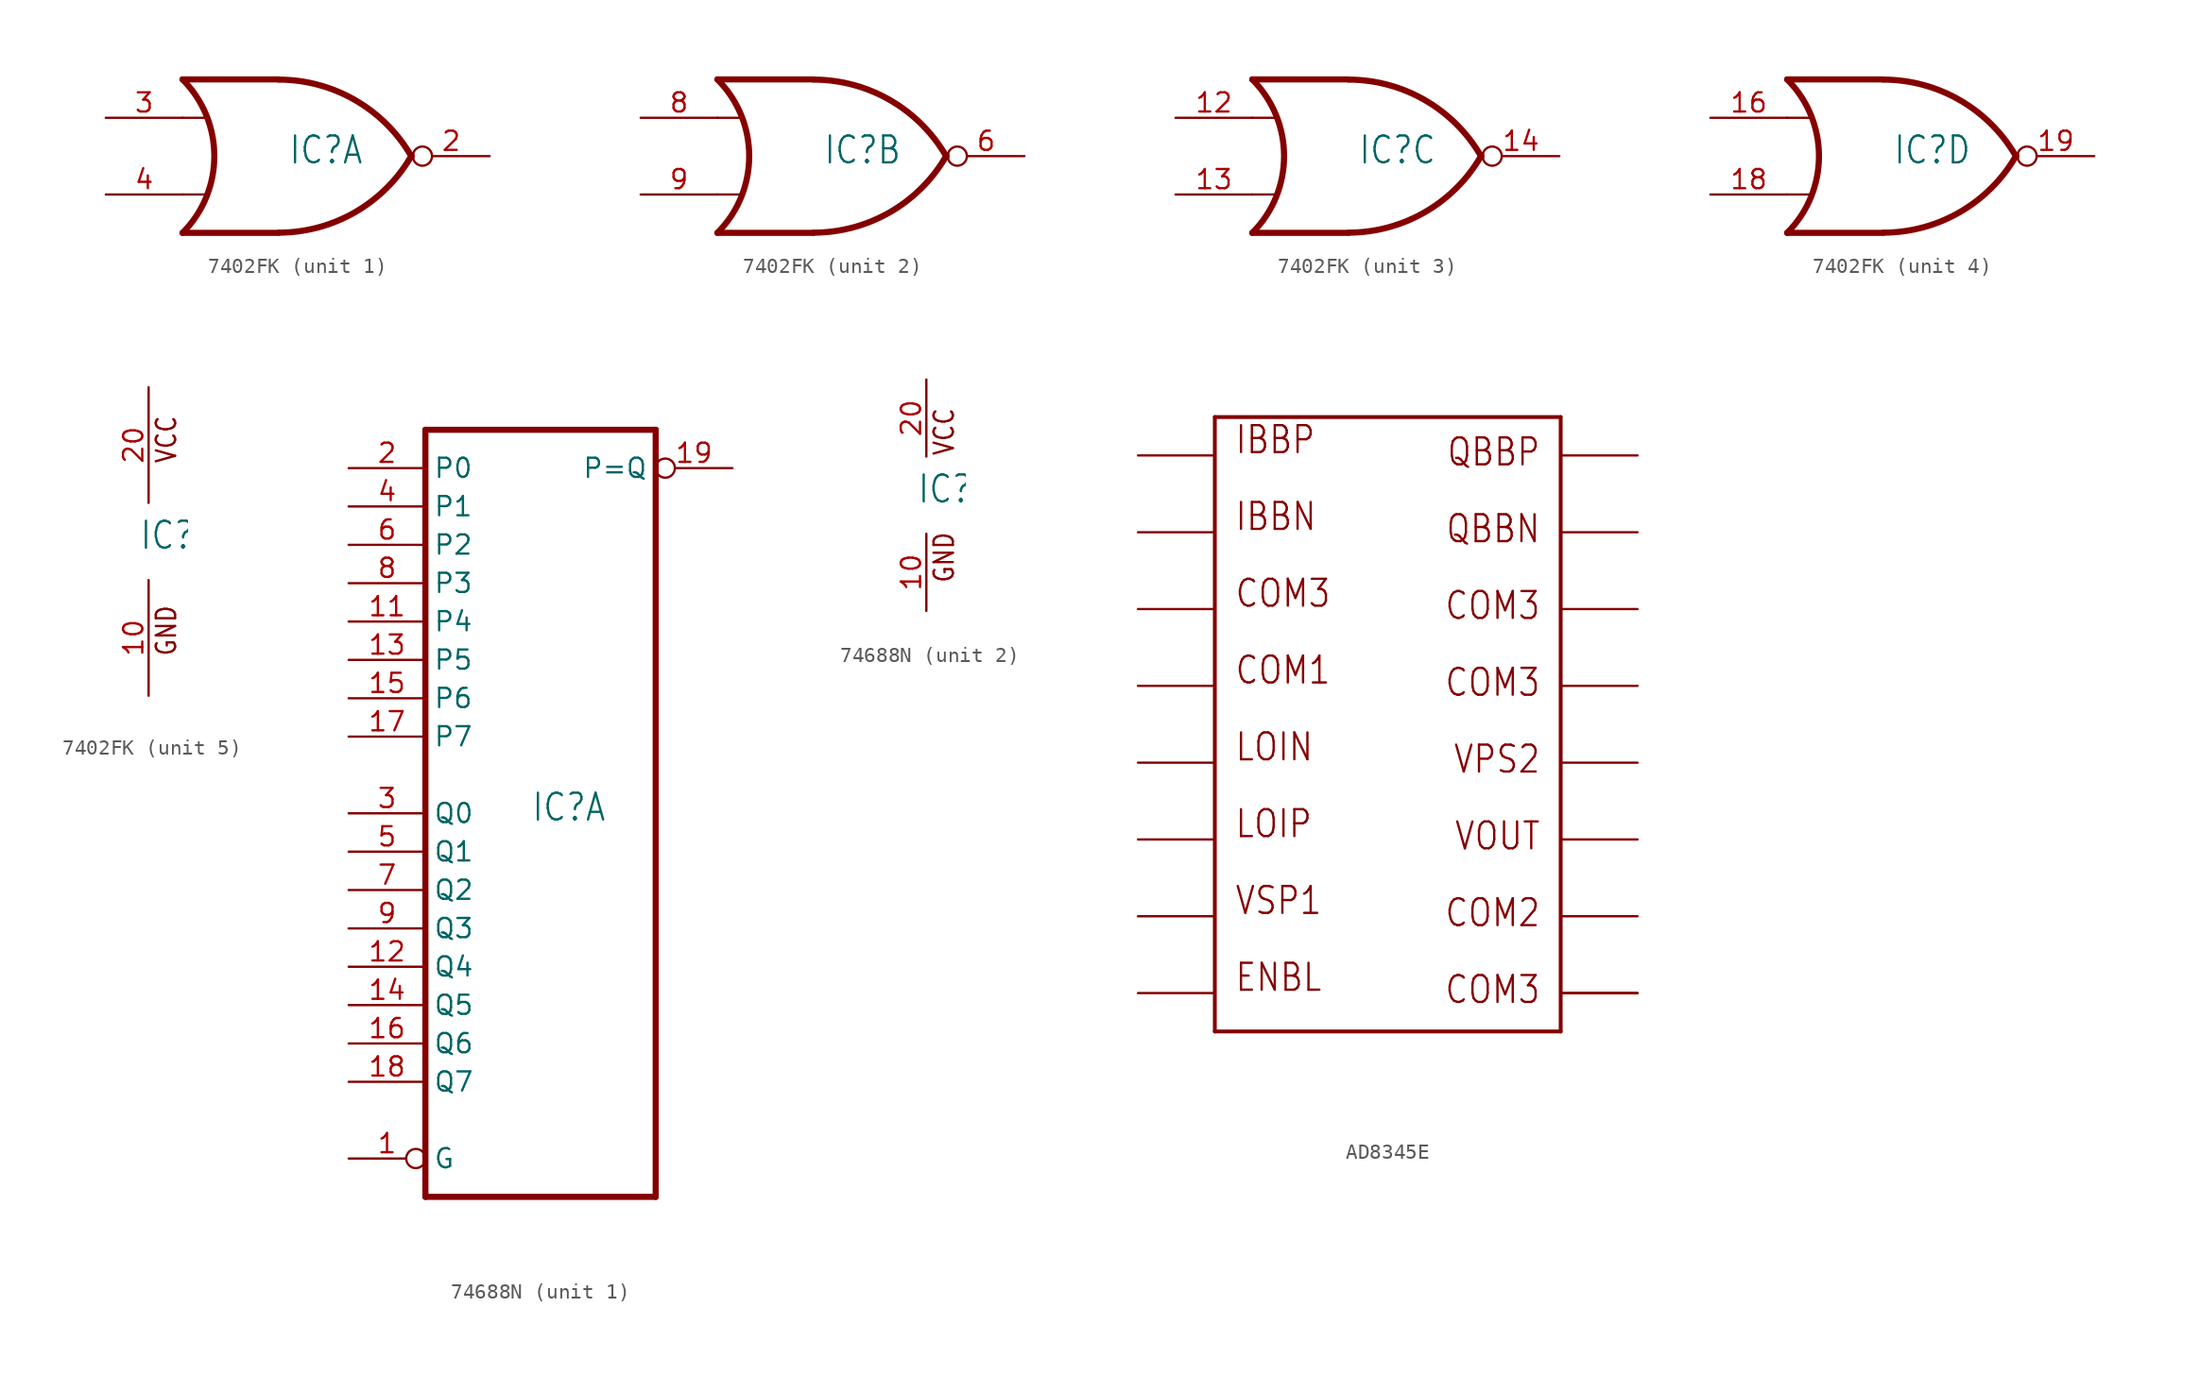
<source format=kicad_sym>
(kicad_symbol_lib
  (version 20231120)
  (generator "kicad_symbol_editor")
  (generator_version "8.0")
  (symbol "7402FK"
    (property "Reference" "IC"
      (at -0.635 -0.635 0)
      (effects (font (size 1.778 1.511)) (justify left bottom)))
    (property "ki_locked" ""
      (at 0 0 0)
      (effects (font (size 1.27 1.27))))
    (symbol "7402FK_1_0"
      (arc (start -7.62 -5.08) (mid -5.5158 0) (end -7.62 5.08) (stroke (width 0.4064) (type solid)) (fill (type none)))
      (arc (start -1.2446 -5.0678) (mid 3.8371 -3.6891) (end 7.5439 0.0506) (stroke (width 0.4064) (type solid)) (fill (type none)))
      (polyline (pts (xy -7.62 -2.54) (xy -6.096 -2.54)) (stroke (width 0.152) (type solid)) (fill (type none)))
      (polyline (pts (xy -7.62 2.54) (xy -6.096 2.54)) (stroke (width 0.152) (type solid)) (fill (type none)))
      (polyline (pts (xy -1.27 -5.08) (xy -7.62 -5.08)) (stroke (width 0.406) (type solid)) (fill (type none)))
      (polyline (pts (xy -1.27 5.08) (xy -7.62 5.08)) (stroke (width 0.406) (type solid)) (fill (type none)))
      (arc (start 7.5441 -0.0504) (mid 3.8372 3.6892) (end -1.2446 5.0678) (stroke (width 0.4064) (type solid)) (fill (type none)))
      (pin output inverted (at 12.7 0 180) (length 5.08) (name "O" (effects (font (size 0 0)))) (number "2" (effects (font (size 1.27 1.27)))))
      (pin input line (at -12.7 2.54 0) (length 5.08) (name "I0" (effects (font (size 0 0)))) (number "3" (effects (font (size 1.27 1.27)))))
      (pin input line (at -12.7 -2.54 0) (length 5.08) (name "I1" (effects (font (size 0 0)))) (number "4" (effects (font (size 1.27 1.27))))))
    (symbol "7402FK_2_0"
      (arc (start -7.62 -5.08) (mid -5.5158 0) (end -7.62 5.08) (stroke (width 0.4064) (type solid)) (fill (type none)))
      (arc (start -1.2446 -5.0678) (mid 3.8371 -3.6891) (end 7.5439 0.0506) (stroke (width 0.4064) (type solid)) (fill (type none)))
      (polyline (pts (xy -7.62 -2.54) (xy -6.096 -2.54)) (stroke (width 0.152) (type solid)) (fill (type none)))
      (polyline (pts (xy -7.62 2.54) (xy -6.096 2.54)) (stroke (width 0.152) (type solid)) (fill (type none)))
      (polyline (pts (xy -1.27 -5.08) (xy -7.62 -5.08)) (stroke (width 0.406) (type solid)) (fill (type none)))
      (polyline (pts (xy -1.27 5.08) (xy -7.62 5.08)) (stroke (width 0.406) (type solid)) (fill (type none)))
      (arc (start 7.5441 -0.0504) (mid 3.8372 3.6892) (end -1.2446 5.0678) (stroke (width 0.4064) (type solid)) (fill (type none)))
      (pin output inverted (at 12.7 0 180) (length 5.08) (name "O" (effects (font (size 0 0)))) (number "6" (effects (font (size 1.27 1.27)))))
      (pin input line (at -12.7 2.54 0) (length 5.08) (name "I0" (effects (font (size 0 0)))) (number "8" (effects (font (size 1.27 1.27)))))
      (pin input line (at -12.7 -2.54 0) (length 5.08) (name "I1" (effects (font (size 0 0)))) (number "9" (effects (font (size 1.27 1.27))))))
    (symbol "7402FK_3_0"
      (arc (start -7.62 -5.08) (mid -5.5158 0) (end -7.62 5.08) (stroke (width 0.4064) (type solid)) (fill (type none)))
      (arc (start -1.2446 -5.0678) (mid 3.8371 -3.6891) (end 7.5439 0.0506) (stroke (width 0.4064) (type solid)) (fill (type none)))
      (polyline (pts (xy -7.62 -2.54) (xy -6.096 -2.54)) (stroke (width 0.152) (type solid)) (fill (type none)))
      (polyline (pts (xy -7.62 2.54) (xy -6.096 2.54)) (stroke (width 0.152) (type solid)) (fill (type none)))
      (polyline (pts (xy -1.27 -5.08) (xy -7.62 -5.08)) (stroke (width 0.406) (type solid)) (fill (type none)))
      (polyline (pts (xy -1.27 5.08) (xy -7.62 5.08)) (stroke (width 0.406) (type solid)) (fill (type none)))
      (arc (start 7.5441 -0.0504) (mid 3.8372 3.6892) (end -1.2446 5.0678) (stroke (width 0.4064) (type solid)) (fill (type none)))
      (pin input line (at -12.7 2.54 0) (length 5.08) (name "I0" (effects (font (size 0 0)))) (number "12" (effects (font (size 1.27 1.27)))))
      (pin input line (at -12.7 -2.54 0) (length 5.08) (name "I1" (effects (font (size 0 0)))) (number "13" (effects (font (size 1.27 1.27)))))
      (pin output inverted (at 12.7 0 180) (length 5.08) (name "O" (effects (font (size 0 0)))) (number "14" (effects (font (size 1.27 1.27))))))
    (symbol "7402FK_4_0"
      (arc (start -7.62 -5.08) (mid -5.5158 0) (end -7.62 5.08) (stroke (width 0.4064) (type solid)) (fill (type none)))
      (arc (start -1.2446 -5.0678) (mid 3.8371 -3.6891) (end 7.5439 0.0506) (stroke (width 0.4064) (type solid)) (fill (type none)))
      (polyline (pts (xy -7.62 -2.54) (xy -6.096 -2.54)) (stroke (width 0.152) (type solid)) (fill (type none)))
      (polyline (pts (xy -7.62 2.54) (xy -6.096 2.54)) (stroke (width 0.152) (type solid)) (fill (type none)))
      (polyline (pts (xy -1.27 -5.08) (xy -7.62 -5.08)) (stroke (width 0.406) (type solid)) (fill (type none)))
      (polyline (pts (xy -1.27 5.08) (xy -7.62 5.08)) (stroke (width 0.406) (type solid)) (fill (type none)))
      (arc (start 7.5441 -0.0504) (mid 3.8372 3.6892) (end -1.2446 5.0678) (stroke (width 0.4064) (type solid)) (fill (type none)))
      (pin input line (at -12.7 2.54 0) (length 5.08) (name "I0" (effects (font (size 0 0)))) (number "16" (effects (font (size 1.27 1.27)))))
      (pin input line (at -12.7 -2.54 0) (length 5.08) (name "I1" (effects (font (size 0 0)))) (number "18" (effects (font (size 1.27 1.27)))))
      (pin output inverted (at 12.7 0 180) (length 5.08) (name "O" (effects (font (size 0 0)))) (number "19" (effects (font (size 1.27 1.27))))))
    (symbol "7402FK_5_0"
      (text "GND" (at 1.905 -7.62 900) (effects (font (size 1.27 1.079)) (justify left bottom)))
      (text "VCC" (at 1.905 5.08 900) (effects (font (size 1.27 1.079)) (justify left bottom)))
      (pin power_in line (at 0 -10.16 90) (length 7.62) (name "GND" (effects (font (size 0 0)))) (number "10" (effects (font (size 1.27 1.27)))))
      (pin power_in line (at 0 10.16 270) (length 7.62) (name "VCC" (effects (font (size 0 0)))) (number "20" (effects (font (size 1.27 1.27)))))))
  (symbol "74688N"
    (property "Reference" "IC"
      (at -0.635 -0.635 0)
      (effects (font (size 1.778 1.511)) (justify left bottom)))
    (property "ki_locked" ""
      (at 0 0 0)
      (effects (font (size 1.27 1.27))))
    (symbol "74688N_1_0"
      (polyline (pts (xy -7.62 -25.4) (xy 7.62 -25.4)) (stroke (width 0.406) (type solid)) (fill (type none)))
      (polyline (pts (xy -7.62 25.4) (xy -7.62 -25.4)) (stroke (width 0.406) (type solid)) (fill (type none)))
      (polyline (pts (xy 7.62 -25.4) (xy 7.62 25.4)) (stroke (width 0.406) (type solid)) (fill (type none)))
      (polyline (pts (xy 7.62 25.4) (xy -7.62 25.4)) (stroke (width 0.406) (type solid)) (fill (type none)))
      (pin input inverted (at -12.7 -22.86 0) (length 5.08) (name "G" (effects (font (size 1.27 1.27)))) (number "1" (effects (font (size 1.27 1.27)))))
      (pin input line (at -12.7 12.7 0) (length 5.08) (name "P4" (effects (font (size 1.27 1.27)))) (number "11" (effects (font (size 1.27 1.27)))))
      (pin input line (at -12.7 -10.16 0) (length 5.08) (name "Q4" (effects (font (size 1.27 1.27)))) (number "12" (effects (font (size 1.27 1.27)))))
      (pin input line (at -12.7 10.16 0) (length 5.08) (name "P5" (effects (font (size 1.27 1.27)))) (number "13" (effects (font (size 1.27 1.27)))))
      (pin input line (at -12.7 -12.7 0) (length 5.08) (name "Q5" (effects (font (size 1.27 1.27)))) (number "14" (effects (font (size 1.27 1.27)))))
      (pin input line (at -12.7 7.62 0) (length 5.08) (name "P6" (effects (font (size 1.27 1.27)))) (number "15" (effects (font (size 1.27 1.27)))))
      (pin input line (at -12.7 -15.24 0) (length 5.08) (name "Q6" (effects (font (size 1.27 1.27)))) (number "16" (effects (font (size 1.27 1.27)))))
      (pin input line (at -12.7 5.08 0) (length 5.08) (name "P7" (effects (font (size 1.27 1.27)))) (number "17" (effects (font (size 1.27 1.27)))))
      (pin input line (at -12.7 -17.78 0) (length 5.08) (name "Q7" (effects (font (size 1.27 1.27)))) (number "18" (effects (font (size 1.27 1.27)))))
      (pin output inverted (at 12.7 22.86 180) (length 5.08) (name "P=Q" (effects (font (size 1.27 1.27)))) (number "19" (effects (font (size 1.27 1.27)))))
      (pin input line (at -12.7 22.86 0) (length 5.08) (name "P0" (effects (font (size 1.27 1.27)))) (number "2" (effects (font (size 1.27 1.27)))))
      (pin input line (at -12.7 0 0) (length 5.08) (name "Q0" (effects (font (size 1.27 1.27)))) (number "3" (effects (font (size 1.27 1.27)))))
      (pin input line (at -12.7 20.32 0) (length 5.08) (name "P1" (effects (font (size 1.27 1.27)))) (number "4" (effects (font (size 1.27 1.27)))))
      (pin input line (at -12.7 -2.54 0) (length 5.08) (name "Q1" (effects (font (size 1.27 1.27)))) (number "5" (effects (font (size 1.27 1.27)))))
      (pin input line (at -12.7 17.78 0) (length 5.08) (name "P2" (effects (font (size 1.27 1.27)))) (number "6" (effects (font (size 1.27 1.27)))))
      (pin input line (at -12.7 -5.08 0) (length 5.08) (name "Q2" (effects (font (size 1.27 1.27)))) (number "7" (effects (font (size 1.27 1.27)))))
      (pin input line (at -12.7 15.24 0) (length 5.08) (name "P3" (effects (font (size 1.27 1.27)))) (number "8" (effects (font (size 1.27 1.27)))))
      (pin input line (at -12.7 -7.62 0) (length 5.08) (name "Q3" (effects (font (size 1.27 1.27)))) (number "9" (effects (font (size 1.27 1.27))))))
    (symbol "74688N_2_0"
      (text "GND" (at 1.905 -5.842 900) (effects (font (size 1.27 1.079)) (justify left bottom)))
      (text "VCC" (at 1.905 2.54 900) (effects (font (size 1.27 1.079)) (justify left bottom)))
      (pin power_in line (at 0 -7.62 90) (length 5.08) (name "GND" (effects (font (size 0 0)))) (number "10" (effects (font (size 1.27 1.27)))))
      (pin power_in line (at 0 7.62 270) (length 5.08) (name "VCC" (effects (font (size 0 0)))) (number "20" (effects (font (size 1.27 1.27)))))))
  (symbol "AD8345E"
    (property "Reference" ""
      (at -5.08 21.59 0)
      (effects (font (size 1.778 1.511)) (justify left bottom) (hide yes)))
    (property "Value" ""
      (at -5.08 -22.86 0)
      (effects (font (size 1.778 1.511)) (justify left bottom)))
    (property "ki_locked" ""
      (at 0 0 0)
      (effects (font (size 1.27 1.27))))
    (symbol "AD8345E_1_0"
      (polyline (pts (xy -11.43 -20.32) (xy 11.43 -20.32)) (stroke (width 0.254) (type solid)) (fill (type none)))
      (polyline (pts (xy -11.43 20.32) (xy -11.43 -20.32)) (stroke (width 0.254) (type solid)) (fill (type none)))
      (polyline (pts (xy 11.43 -20.32) (xy 11.43 20.32)) (stroke (width 0.254) (type solid)) (fill (type none)))
      (polyline (pts (xy 11.43 20.32) (xy -11.43 20.32)) (stroke (width 0.254) (type solid)) (fill (type none)))
      (text "COM1" (at -10.16 2.54 0) (effects (font (size 1.778 1.511)) (justify left bottom)))
      (text "COM2" (at 10.16 -11.43 0) (effects (font (size 1.778 1.511)) (justify right top)))
      (text "COM3" (at -10.16 7.62 0) (effects (font (size 1.778 1.511)) (justify left bottom)))
      (text "COM3" (at 10.16 -16.51 0) (effects (font (size 1.778 1.511)) (justify right top)))
      (text "COM3" (at 10.16 3.81 0) (effects (font (size 1.778 1.511)) (justify right top)))
      (text "COM3" (at 10.16 8.89 0) (effects (font (size 1.778 1.511)) (justify right top)))
      (text "ENBL" (at -10.16 -17.78 0) (effects (font (size 1.778 1.511)) (justify left bottom)))
      (text "IBBN" (at -10.16 12.7 0) (effects (font (size 1.778 1.511)) (justify left bottom)))
      (text "IBBP" (at -10.16 17.78 0) (effects (font (size 1.778 1.511)) (justify left bottom)))
      (text "LOIN" (at -10.16 -2.54 0) (effects (font (size 1.778 1.511)) (justify left bottom)))
      (text "LOIP" (at -10.16 -7.62 0) (effects (font (size 1.778 1.511)) (justify left bottom)))
      (text "QBBN" (at 10.16 13.97 0) (effects (font (size 1.778 1.511)) (justify right top)))
      (text "QBBP" (at 10.16 19.05 0) (effects (font (size 1.778 1.511)) (justify right top)))
      (text "VOUT" (at 10.16 -6.35 0) (effects (font (size 1.778 1.511)) (justify right top)))
      (text "VPS2" (at 10.16 -1.27 0) (effects (font (size 1.778 1.511)) (justify right top)))
      (text "VSP1" (at -10.16 -12.7 0) (effects (font (size 1.778 1.511)) (justify left bottom)))
      (pin bidirectional line (at -16.51 17.78 0) (length 5.08) (name "P$1" (effects (font (size 0 0)))) (number "1" (effects (font (size 0 0)))))
      (pin bidirectional line (at 16.51 -12.7 180) (length 5.08) (name "P$10" (effects (font (size 0 0)))) (number "10" (effects (font (size 0 0)))))
      (pin bidirectional line (at 16.51 -7.62 180) (length 5.08) (name "P$11" (effects (font (size 0 0)))) (number "11" (effects (font (size 0 0)))))
      (pin bidirectional line (at 16.51 -2.54 180) (length 5.08) (name "P$12" (effects (font (size 0 0)))) (number "12" (effects (font (size 0 0)))))
      (pin bidirectional line (at 16.51 2.54 180) (length 5.08) (name "P$13" (effects (font (size 0 0)))) (number "13" (effects (font (size 0 0)))))
      (pin bidirectional line (at 16.51 7.62 180) (length 5.08) (name "P$14" (effects (font (size 0 0)))) (number "14" (effects (font (size 0 0)))))
      (pin bidirectional line (at 16.51 12.7 180) (length 5.08) (name "P$15" (effects (font (size 0 0)))) (number "15" (effects (font (size 0 0)))))
      (pin bidirectional line (at 16.51 17.78 180) (length 5.08) (name "P$16" (effects (font (size 0 0)))) (number "16" (effects (font (size 0 0)))))
      (pin bidirectional line (at -16.51 12.7 0) (length 5.08) (name "P$2" (effects (font (size 0 0)))) (number "2" (effects (font (size 0 0)))))
      (pin bidirectional line (at -16.51 7.62 0) (length 5.08) (name "P$3" (effects (font (size 0 0)))) (number "3" (effects (font (size 0 0)))))
      (pin bidirectional line (at -16.51 2.54 0) (length 5.08) (name "P$4" (effects (font (size 0 0)))) (number "4" (effects (font (size 0 0)))))
      (pin bidirectional line (at -16.51 -2.54 0) (length 5.08) (name "P$5" (effects (font (size 0 0)))) (number "5" (effects (font (size 0 0)))))
      (pin bidirectional line (at -16.51 -7.62 0) (length 5.08) (name "P$6" (effects (font (size 0 0)))) (number "6" (effects (font (size 0 0)))))
      (pin bidirectional line (at -16.51 -12.7 0) (length 5.08) (name "P$7" (effects (font (size 0 0)))) (number "7" (effects (font (size 0 0)))))
      (pin bidirectional line (at -16.51 -17.78 0) (length 5.08) (name "P$8" (effects (font (size 0 0)))) (number "8" (effects (font (size 0 0)))))
      (pin bidirectional line (at 16.51 -17.78 180) (length 5.08) (name "P$9" (effects (font (size 0 0)))) (number "9" (effects (font (size 0 0)))))
      (pin bidirectional line (at 16.51 -17.78 180) (length 5.08) (name "P$9" (effects (font (size 0 0)))) (number "EXP" (effects (font (size 0 0))))))))
</source>
